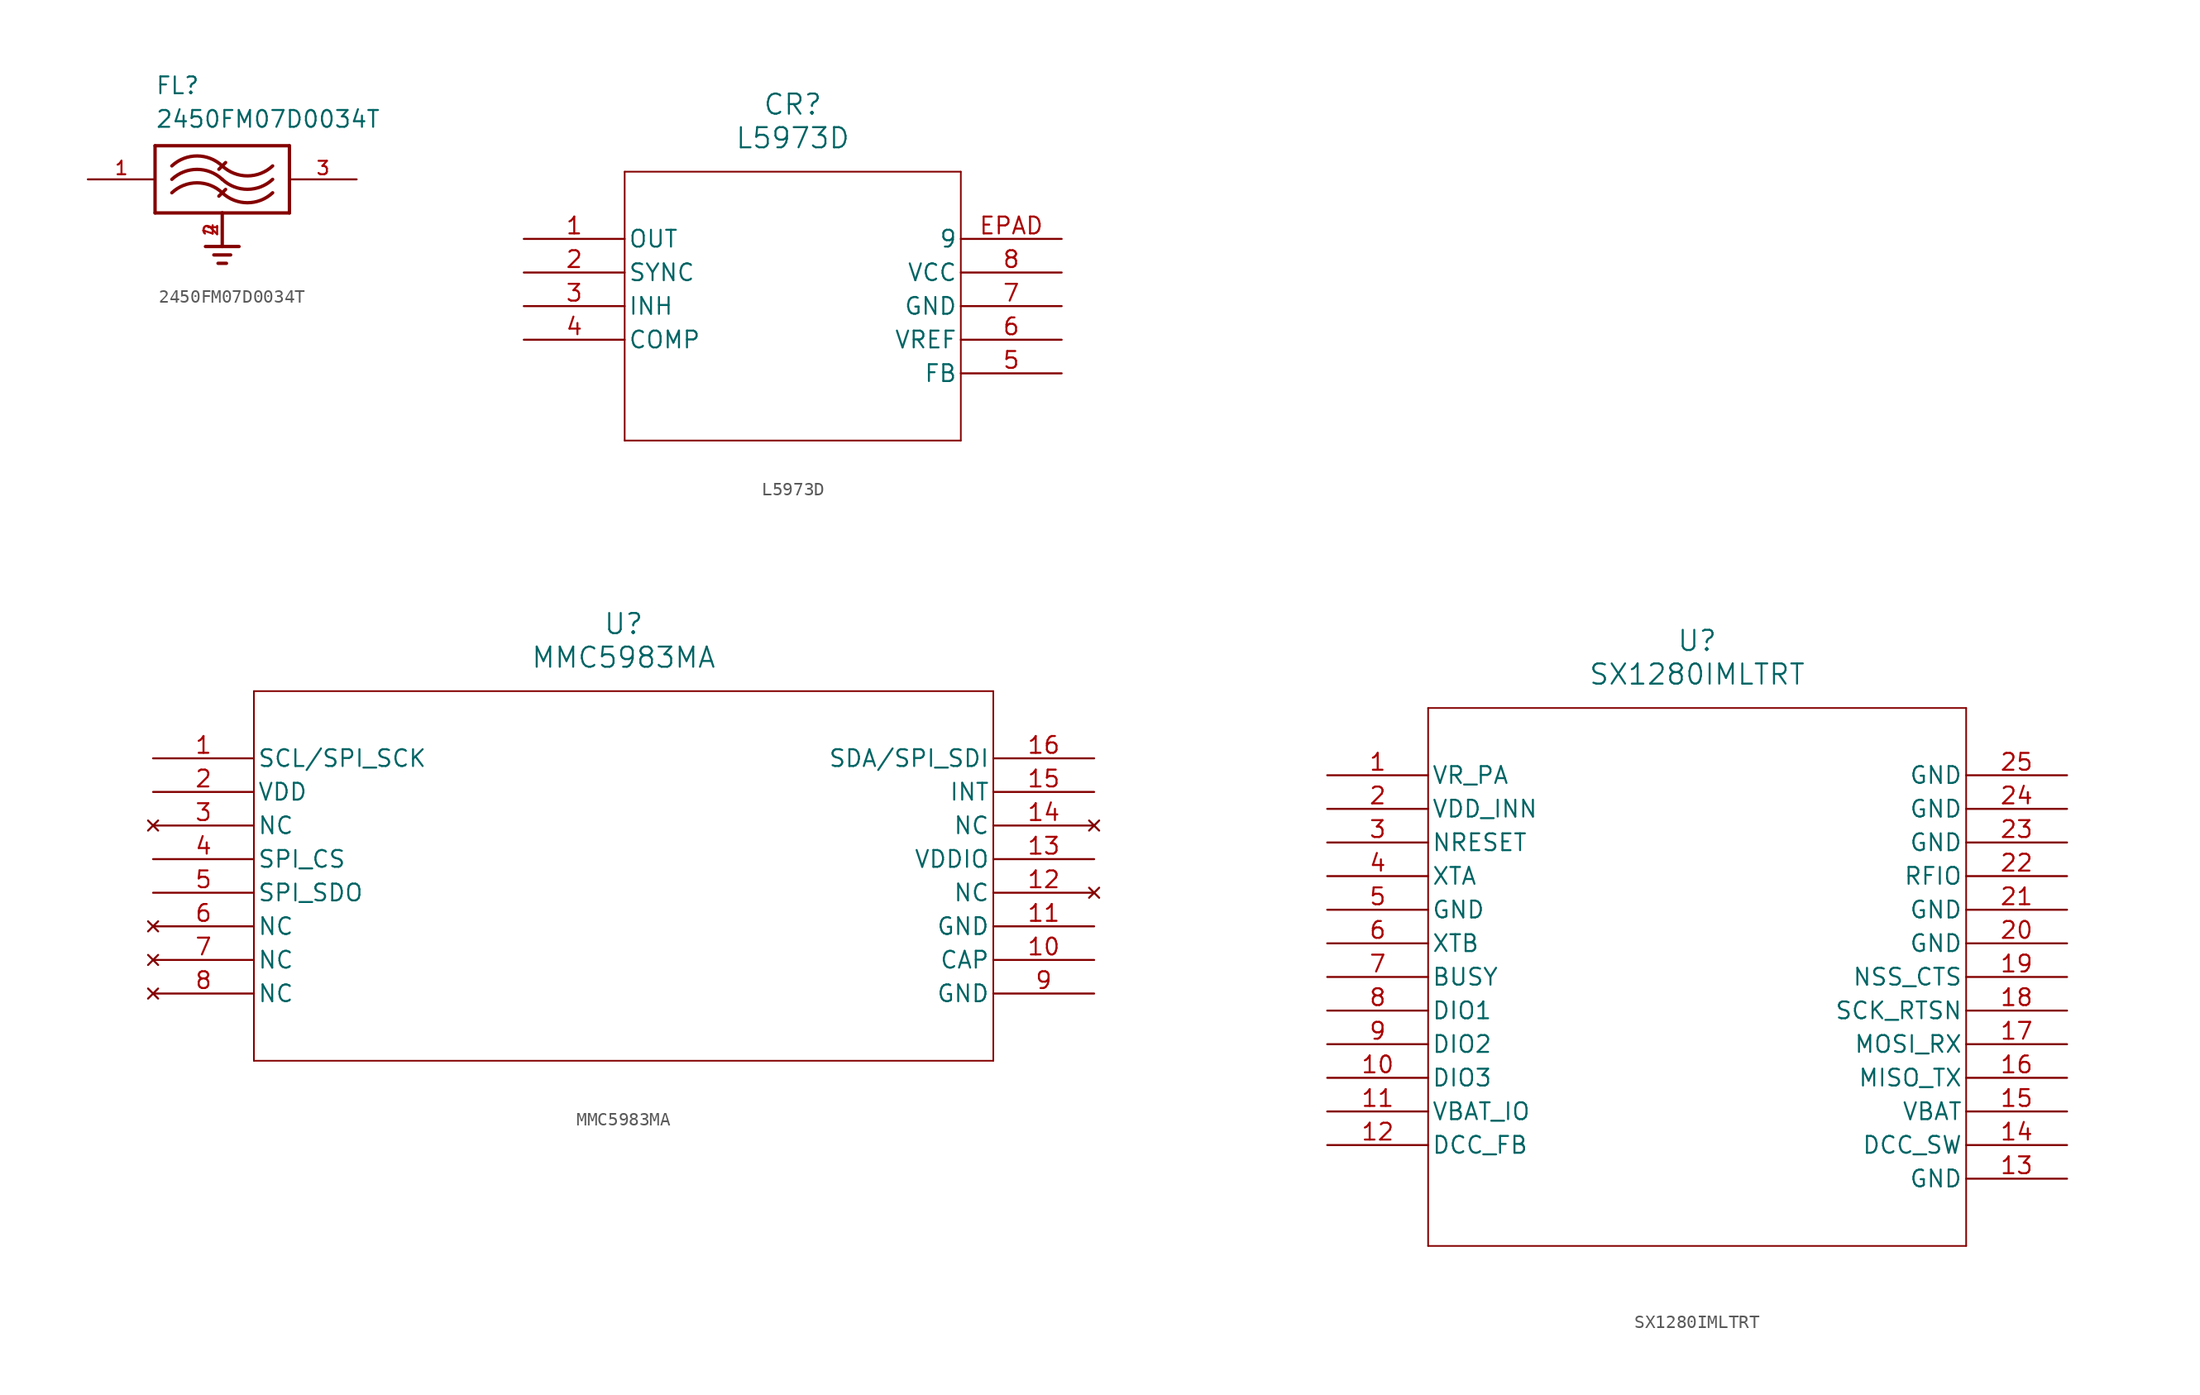
<source format=kicad_sym>
(kicad_symbol_lib
  (version 20231120)
  (generator "kicad_symbol_editor")
  (generator_version "8.0")
  (symbol "2450FM07D0034T"
    (pin_names
      (offset 1.016))
    (property "Reference" "FL"
      (at -5.08 6.35 0)
      (effects (font (size 1.27 1.27)) (justify left bottom)))
    (property "Value" "2450FM07D0034T"
      (at -5.08 3.81 0)
      (effects (font (size 1.27 1.27)) (justify left bottom)))
    (symbol "2450FM07D0034T_0_0"
      (arc (start 0 -1.016) (mid -1.9124 -0.2627) (end -3.81 -1.016) (stroke (width 0.254) (type default)) (fill (type none)))
      (arc (start 0 -1.016) (mid 1.9124 -1.7693) (end 3.81 -1.016) (stroke (width 0.254) (type default)) (fill (type none)))
      (arc (start 0 0) (mid -1.9124 0.7533) (end -3.81 0) (stroke (width 0.254) (type default)) (fill (type none)))
      (polyline (pts (xy -5.08 -2.54) (xy 0 -2.54)) (stroke (width 0.254) (type default)) (fill (type none)))
      (polyline (pts (xy -5.08 2.54) (xy -5.08 -2.54)) (stroke (width 0.254) (type default)) (fill (type none)))
      (polyline (pts (xy -1.27 -5.08) (xy 1.27 -5.08)) (stroke (width 0.254) (type default)) (fill (type none)))
      (polyline (pts (xy -0.635 -5.715) (xy 0.635 -5.715)) (stroke (width 0.254) (type default)) (fill (type none)))
      (polyline (pts (xy -0.318 -6.35) (xy 0.318 -6.35)) (stroke (width 0.254) (type default)) (fill (type none)))
      (polyline (pts (xy -0.254 -1.27) (xy 0.254 -0.762)) (stroke (width 0.254) (type default)) (fill (type none)))
      (polyline (pts (xy -0.254 0.762) (xy 0.254 1.27)) (stroke (width 0.254) (type default)) (fill (type none)))
      (polyline (pts (xy 0 -2.54) (xy 0 -5.08)) (stroke (width 0.254) (type default)) (fill (type none)))
      (polyline (pts (xy 0 -2.54) (xy 5.08 -2.54)) (stroke (width 0.254) (type default)) (fill (type none)))
      (polyline (pts (xy 5.08 -2.54) (xy 5.08 2.54)) (stroke (width 0.254) (type default)) (fill (type none)))
      (polyline (pts (xy 5.08 2.54) (xy -5.08 2.54)) (stroke (width 0.254) (type default)) (fill (type none)))
      (arc (start 0 0) (mid 1.9124 -0.7533) (end 3.81 0) (stroke (width 0.254) (type default)) (fill (type none)))
      (arc (start 0 1.016) (mid -1.9124 1.7693) (end -3.81 1.016) (stroke (width 0.254) (type default)) (fill (type none)))
      (arc (start 0 1.016) (mid 1.9124 0.2627) (end 3.81 1.016) (stroke (width 0.254) (type default)) (fill (type none)))
      (pin input line (at -10.16 0 0) (length 5.08) (name "~" (effects (font (size 1.016 1.016)))) (number "1" (effects (font (size 1.016 1.016)))))
      (pin power_in line (at 0 -5.08 90) (length 2.54) (name "~" (effects (font (size 1.016 1.016)))) (number "2" (effects (font (size 1.016 1.016)))))
      (pin output line (at 10.16 0 180) (length 5.08) (name "~" (effects (font (size 1.016 1.016)))) (number "3" (effects (font (size 1.016 1.016)))))
      (pin power_in line (at 0 -5.08 90) (length 2.54) (name "~" (effects (font (size 1.016 1.016)))) (number "4" (effects (font (size 1.016 1.016)))))))
  (symbol "L5973D"
    (pin_names
      (offset 0.254))
    (property "Reference" "CR"
      (at 20.32 10.16 0)
      (effects (font (size 1.524 1.524))))
    (property "Value" "L5973D"
      (at 20.32 7.62 0)
      (effects (font (size 1.524 1.524))))
    (property "ki_locked" ""
      (at 0 0 0)
      (effects (font (size 1.27 1.27))))
    (symbol "L5973D_0_1"
      (polyline (pts (xy 7.62 -15.24) (xy 33.02 -15.24)) (stroke (width 0.127) (type default)) (fill (type none)))
      (polyline (pts (xy 7.62 5.08) (xy 7.62 -15.24)) (stroke (width 0.127) (type default)) (fill (type none)))
      (polyline (pts (xy 33.02 -15.24) (xy 33.02 5.08)) (stroke (width 0.127) (type default)) (fill (type none)))
      (polyline (pts (xy 33.02 5.08) (xy 7.62 5.08)) (stroke (width 0.127) (type default)) (fill (type none)))
      (pin output line (at 0 0 0) (length 7.62) (name "OUT" (effects (font (size 1.27 1.27)))) (number "1" (effects (font (size 1.27 1.27)))))
      (pin unspecified line (at 0 -2.54 0) (length 7.62) (name "SYNC" (effects (font (size 1.27 1.27)))) (number "2" (effects (font (size 1.27 1.27)))))
      (pin unspecified line (at 0 -5.08 0) (length 7.62) (name "INH" (effects (font (size 1.27 1.27)))) (number "3" (effects (font (size 1.27 1.27)))))
      (pin output line (at 0 -7.62 0) (length 7.62) (name "COMP" (effects (font (size 1.27 1.27)))) (number "4" (effects (font (size 1.27 1.27)))))
      (pin input line (at 40.64 -10.16 180) (length 7.62) (name "FB" (effects (font (size 1.27 1.27)))) (number "5" (effects (font (size 1.27 1.27)))))
      (pin power_in line (at 40.64 -7.62 180) (length 7.62) (name "VREF" (effects (font (size 1.27 1.27)))) (number "6" (effects (font (size 1.27 1.27)))))
      (pin power_in line (at 40.64 -5.08 180) (length 7.62) (name "GND" (effects (font (size 1.27 1.27)))) (number "7" (effects (font (size 1.27 1.27)))))
      (pin power_in line (at 40.64 -2.54 180) (length 7.62) (name "VCC" (effects (font (size 1.27 1.27)))) (number "8" (effects (font (size 1.27 1.27)))))
      (pin unspecified line (at 40.64 0 180) (length 7.62) (name "9" (effects (font (size 1.27 1.27)))) (number "EPAD" (effects (font (size 1.27 1.27)))))))
  (symbol "MMC5983MA"
    (pin_names
      (offset 0.254))
    (property "Reference" "U"
      (at 35.56 10.16 0)
      (effects (font (size 1.524 1.524))))
    (property "Value" "MMC5983MA"
      (at 35.56 7.62 0)
      (effects (font (size 1.524 1.524))))
    (property "ki_locked" ""
      (at 0 0 0)
      (effects (font (size 1.27 1.27))))
    (symbol "MMC5983MA_0_1"
      (polyline (pts (xy 7.62 -22.86) (xy 63.5 -22.86)) (stroke (width 0.127) (type default)) (fill (type none)))
      (polyline (pts (xy 7.62 5.08) (xy 7.62 -22.86)) (stroke (width 0.127) (type default)) (fill (type none)))
      (polyline (pts (xy 63.5 -22.86) (xy 63.5 5.08)) (stroke (width 0.127) (type default)) (fill (type none)))
      (polyline (pts (xy 63.5 5.08) (xy 7.62 5.08)) (stroke (width 0.127) (type default)) (fill (type none)))
      (pin input line (at 0 0 0) (length 7.62) (name "SCL/SPI_SCK" (effects (font (size 1.27 1.27)))) (number "1" (effects (font (size 1.27 1.27)))))
      (pin power_in line (at 71.12 -15.24 180) (length 7.62) (name "CAP" (effects (font (size 1.27 1.27)))) (number "10" (effects (font (size 1.27 1.27)))))
      (pin power_out line (at 71.12 -12.7 180) (length 7.62) (name "GND" (effects (font (size 1.27 1.27)))) (number "11" (effects (font (size 1.27 1.27)))))
      (pin no_connect line (at 71.12 -10.16 180) (length 7.62) (name "NC" (effects (font (size 1.27 1.27)))) (number "12" (effects (font (size 1.27 1.27)))))
      (pin power_in line (at 71.12 -7.62 180) (length 7.62) (name "VDDIO" (effects (font (size 1.27 1.27)))) (number "13" (effects (font (size 1.27 1.27)))))
      (pin no_connect line (at 71.12 -5.08 180) (length 7.62) (name "NC" (effects (font (size 1.27 1.27)))) (number "14" (effects (font (size 1.27 1.27)))))
      (pin output line (at 71.12 -2.54 180) (length 7.62) (name "INT" (effects (font (size 1.27 1.27)))) (number "15" (effects (font (size 1.27 1.27)))))
      (pin bidirectional line (at 71.12 0 180) (length 7.62) (name "SDA/SPI_SDI" (effects (font (size 1.27 1.27)))) (number "16" (effects (font (size 1.27 1.27)))))
      (pin power_in line (at 0 -2.54 0) (length 7.62) (name "VDD" (effects (font (size 1.27 1.27)))) (number "2" (effects (font (size 1.27 1.27)))))
      (pin no_connect line (at 0 -5.08 0) (length 7.62) (name "NC" (effects (font (size 1.27 1.27)))) (number "3" (effects (font (size 1.27 1.27)))))
      (pin input line (at 0 -7.62 0) (length 7.62) (name "SPI_CS" (effects (font (size 1.27 1.27)))) (number "4" (effects (font (size 1.27 1.27)))))
      (pin output line (at 0 -10.16 0) (length 7.62) (name "SPI_SDO" (effects (font (size 1.27 1.27)))) (number "5" (effects (font (size 1.27 1.27)))))
      (pin no_connect line (at 0 -12.7 0) (length 7.62) (name "NC" (effects (font (size 1.27 1.27)))) (number "6" (effects (font (size 1.27 1.27)))))
      (pin no_connect line (at 0 -15.24 0) (length 7.62) (name "NC" (effects (font (size 1.27 1.27)))) (number "7" (effects (font (size 1.27 1.27)))))
      (pin no_connect line (at 0 -17.78 0) (length 7.62) (name "NC" (effects (font (size 1.27 1.27)))) (number "8" (effects (font (size 1.27 1.27)))))
      (pin power_out line (at 71.12 -17.78 180) (length 7.62) (name "GND" (effects (font (size 1.27 1.27)))) (number "9" (effects (font (size 1.27 1.27)))))))
  (symbol "SX1280IMLTRT"
    (pin_names
      (offset 0.254))
    (property "Reference" "U"
      (at 27.94 10.16 0)
      (effects (font (size 1.524 1.524))))
    (property "Value" "SX1280IMLTRT"
      (at 27.94 7.62 0)
      (effects (font (size 1.524 1.524))))
    (property "ki_locked" ""
      (at 0 0 0)
      (effects (font (size 1.27 1.27))))
    (symbol "SX1280IMLTRT_0_1"
      (polyline (pts (xy 7.62 -35.56) (xy 48.26 -35.56)) (stroke (width 0.127) (type default)) (fill (type none)))
      (polyline (pts (xy 7.62 5.08) (xy 7.62 -35.56)) (stroke (width 0.127) (type default)) (fill (type none)))
      (polyline (pts (xy 48.26 -35.56) (xy 48.26 5.08)) (stroke (width 0.127) (type default)) (fill (type none)))
      (polyline (pts (xy 48.26 5.08) (xy 7.62 5.08)) (stroke (width 0.127) (type default)) (fill (type none)))
      (pin power_in line (at 0 0 0) (length 7.62) (name "VR_PA" (effects (font (size 1.27 1.27)))) (number "1" (effects (font (size 1.27 1.27)))))
      (pin bidirectional line (at 0 -22.86 0) (length 7.62) (name "DIO3" (effects (font (size 1.27 1.27)))) (number "10" (effects (font (size 1.27 1.27)))))
      (pin power_in line (at 0 -25.4 0) (length 7.62) (name "VBAT_IO" (effects (font (size 1.27 1.27)))) (number "11" (effects (font (size 1.27 1.27)))))
      (pin output line (at 0 -27.94 0) (length 7.62) (name "DCC_FB" (effects (font (size 1.27 1.27)))) (number "12" (effects (font (size 1.27 1.27)))))
      (pin power_out line (at 55.88 -30.48 180) (length 7.62) (name "GND" (effects (font (size 1.27 1.27)))) (number "13" (effects (font (size 1.27 1.27)))))
      (pin output line (at 55.88 -27.94 180) (length 7.62) (name "DCC_SW" (effects (font (size 1.27 1.27)))) (number "14" (effects (font (size 1.27 1.27)))))
      (pin power_in line (at 55.88 -25.4 180) (length 7.62) (name "VBAT" (effects (font (size 1.27 1.27)))) (number "15" (effects (font (size 1.27 1.27)))))
      (pin output line (at 55.88 -22.86 180) (length 7.62) (name "MISO_TX" (effects (font (size 1.27 1.27)))) (number "16" (effects (font (size 1.27 1.27)))))
      (pin input line (at 55.88 -20.32 180) (length 7.62) (name "MOSI_RX" (effects (font (size 1.27 1.27)))) (number "17" (effects (font (size 1.27 1.27)))))
      (pin input line (at 55.88 -17.78 180) (length 7.62) (name "SCK_RTSN" (effects (font (size 1.27 1.27)))) (number "18" (effects (font (size 1.27 1.27)))))
      (pin input line (at 55.88 -15.24 180) (length 7.62) (name "NSS_CTS" (effects (font (size 1.27 1.27)))) (number "19" (effects (font (size 1.27 1.27)))))
      (pin power_in line (at 0 -2.54 0) (length 7.62) (name "VDD_INN" (effects (font (size 1.27 1.27)))) (number "2" (effects (font (size 1.27 1.27)))))
      (pin power_out line (at 55.88 -12.7 180) (length 7.62) (name "GND" (effects (font (size 1.27 1.27)))) (number "20" (effects (font (size 1.27 1.27)))))
      (pin power_out line (at 55.88 -10.16 180) (length 7.62) (name "GND" (effects (font (size 1.27 1.27)))) (number "21" (effects (font (size 1.27 1.27)))))
      (pin bidirectional line (at 55.88 -7.62 180) (length 7.62) (name "RFIO" (effects (font (size 1.27 1.27)))) (number "22" (effects (font (size 1.27 1.27)))))
      (pin power_out line (at 55.88 -5.08 180) (length 7.62) (name "GND" (effects (font (size 1.27 1.27)))) (number "23" (effects (font (size 1.27 1.27)))))
      (pin power_out line (at 55.88 -2.54 180) (length 7.62) (name "GND" (effects (font (size 1.27 1.27)))) (number "24" (effects (font (size 1.27 1.27)))))
      (pin power_out line (at 55.88 0 180) (length 7.62) (name "GND" (effects (font (size 1.27 1.27)))) (number "25" (effects (font (size 1.27 1.27)))))
      (pin input line (at 0 -5.08 0) (length 7.62) (name "NRESET" (effects (font (size 1.27 1.27)))) (number "3" (effects (font (size 1.27 1.27)))))
      (pin bidirectional line (at 0 -7.62 0) (length 7.62) (name "XTA" (effects (font (size 1.27 1.27)))) (number "4" (effects (font (size 1.27 1.27)))))
      (pin power_out line (at 0 -10.16 0) (length 7.62) (name "GND" (effects (font (size 1.27 1.27)))) (number "5" (effects (font (size 1.27 1.27)))))
      (pin bidirectional line (at 0 -12.7 0) (length 7.62) (name "XTB" (effects (font (size 1.27 1.27)))) (number "6" (effects (font (size 1.27 1.27)))))
      (pin output line (at 0 -15.24 0) (length 7.62) (name "BUSY" (effects (font (size 1.27 1.27)))) (number "7" (effects (font (size 1.27 1.27)))))
      (pin bidirectional line (at 0 -17.78 0) (length 7.62) (name "DIO1" (effects (font (size 1.27 1.27)))) (number "8" (effects (font (size 1.27 1.27)))))
      (pin bidirectional line (at 0 -20.32 0) (length 7.62) (name "DIO2" (effects (font (size 1.27 1.27)))) (number "9" (effects (font (size 1.27 1.27))))))))
</source>
